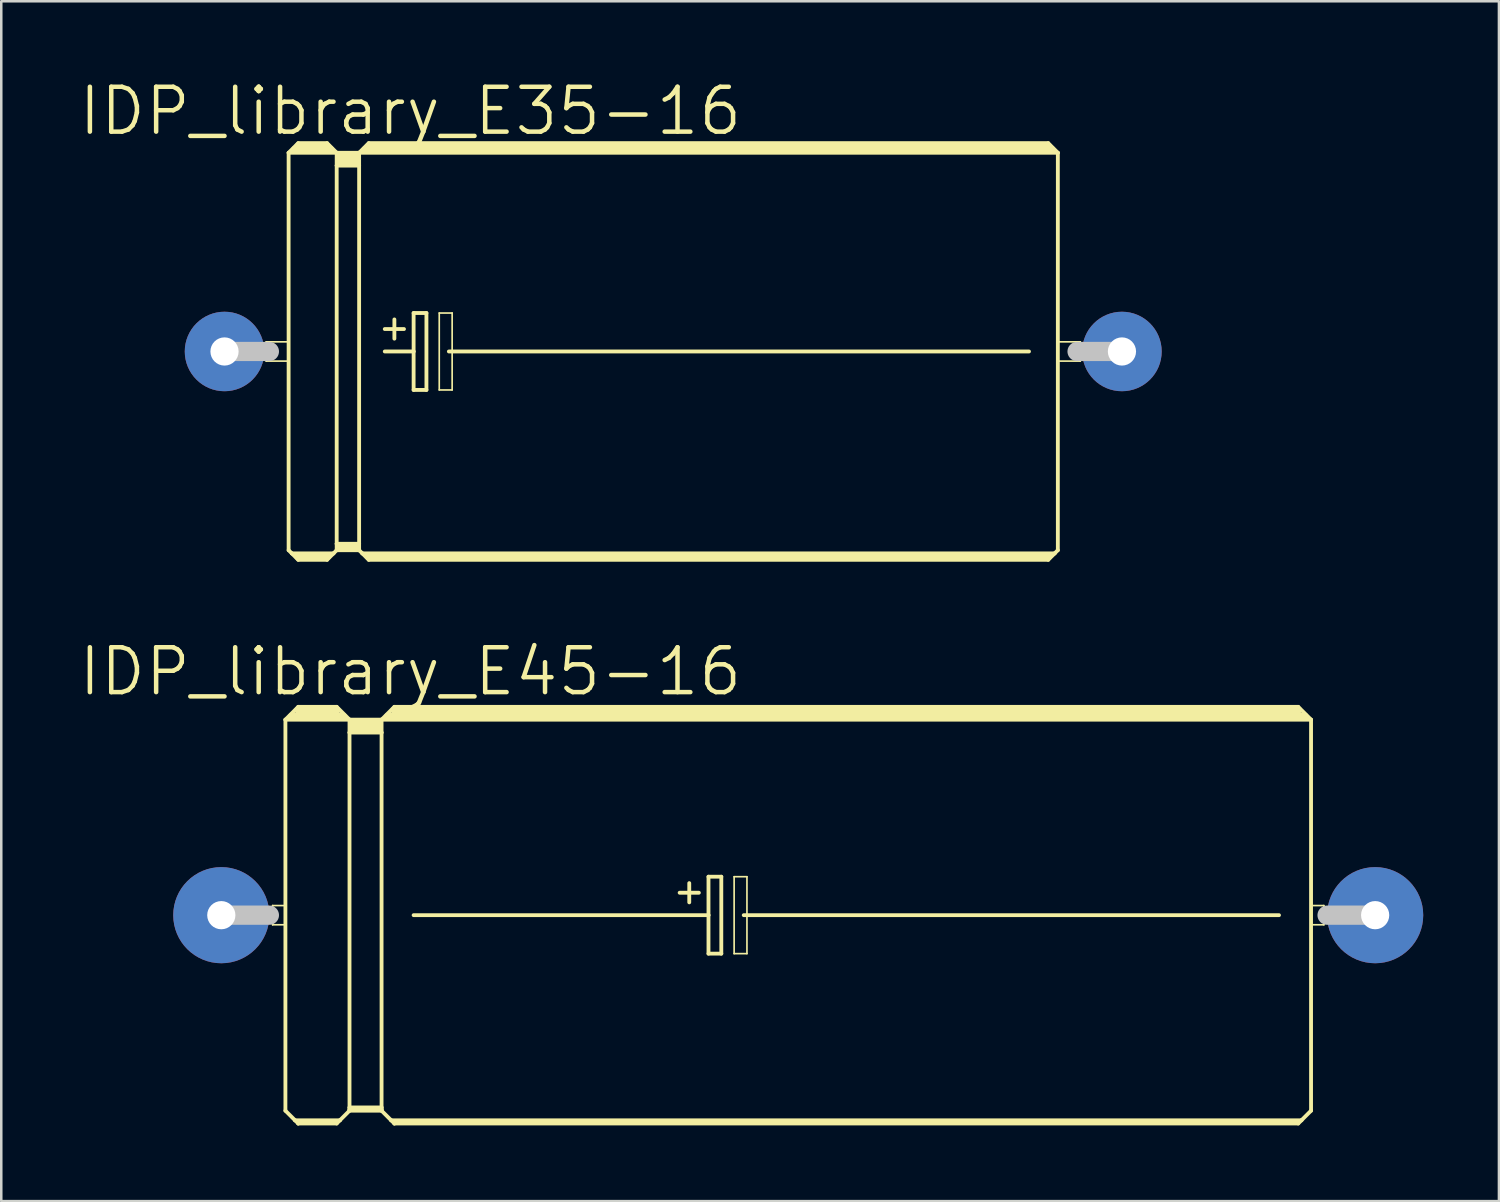
<source format=kicad_pcb>
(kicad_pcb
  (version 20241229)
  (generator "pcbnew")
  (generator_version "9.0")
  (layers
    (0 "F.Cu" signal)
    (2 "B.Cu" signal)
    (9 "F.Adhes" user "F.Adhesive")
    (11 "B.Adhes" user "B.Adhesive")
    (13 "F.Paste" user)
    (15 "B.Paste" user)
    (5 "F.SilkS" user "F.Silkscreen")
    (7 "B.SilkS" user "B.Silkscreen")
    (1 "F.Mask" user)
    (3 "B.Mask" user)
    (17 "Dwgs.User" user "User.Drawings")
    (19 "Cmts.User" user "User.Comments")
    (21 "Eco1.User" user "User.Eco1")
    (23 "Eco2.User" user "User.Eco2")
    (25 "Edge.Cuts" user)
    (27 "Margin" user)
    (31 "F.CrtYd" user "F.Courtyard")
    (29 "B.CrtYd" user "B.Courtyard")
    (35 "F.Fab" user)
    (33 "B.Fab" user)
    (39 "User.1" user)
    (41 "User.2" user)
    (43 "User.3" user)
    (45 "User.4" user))
  (footprint "IDP_library_E35-16"
    (layer "F.Cu")
    (at 23.626 10.877)
    (property "Reference" "IDP_library_E35-16" (at -10.414 -9.525 0) (layer "F.SilkS") (effects (font (size 1.778 1.778) (thickness 0.178))))
    (attr exclude_from_pos_files exclude_from_bom)
    (fp_line (start -16.129 -0.381) (end -15.24 -0.381) (stroke (width 0.066) (type solid)) (layer "F.SilkS"))
    (fp_line (start -16.129 0.381) (end -16.129 -0.381) (stroke (width 0.066) (type solid)) (layer "F.SilkS"))
    (fp_line (start -16.129 0.381) (end -15.24 0.381) (stroke (width 0.066) (type solid)) (layer "F.SilkS"))
    (fp_line (start -15.24 -7.874) (end -15.24 7.874) (stroke (width 0.152) (type solid)) (layer "F.SilkS"))
    (fp_line (start -15.24 -7.874) (end -14.859 -8.255) (stroke (width 0.152) (type solid)) (layer "F.SilkS"))
    (fp_line (start -15.24 -7.874) (end -13.335 -7.874) (stroke (width 0.152) (type solid)) (layer "F.SilkS"))
    (fp_line (start -15.24 0.381) (end -15.24 -0.381) (stroke (width 0.066) (type solid)) (layer "F.SilkS"))
    (fp_line (start -15.24 7.874) (end -15.113 8.001) (stroke (width 0.152) (type solid)) (layer "F.SilkS"))
    (fp_line (start -15.113 8.001) (end -14.859 8.255) (stroke (width 0.152) (type solid)) (layer "F.SilkS"))
    (fp_line (start -15.113 8.001) (end -13.462 8.001) (stroke (width 0.152) (type solid)) (layer "F.SilkS"))
    (fp_line (start -14.986 -8.001) (end -13.589 -8.001) (stroke (width 0.305) (type solid)) (layer "F.SilkS"))
    (fp_line (start -14.859 -8.255) (end -13.716 -8.255) (stroke (width 0.152) (type solid)) (layer "F.SilkS"))
    (fp_line (start -14.859 -8.128) (end -13.716 -8.128) (stroke (width 0.305) (type solid)) (layer "F.SilkS"))
    (fp_line (start -14.859 8.128) (end -13.716 8.128) (stroke (width 0.305) (type solid)) (layer "F.SilkS"))
    (fp_line (start -14.859 8.255) (end -13.716 8.255) (stroke (width 0.152) (type solid)) (layer "F.SilkS"))
    (fp_line (start -13.462 8.001) (end -13.716 8.255) (stroke (width 0.152) (type solid)) (layer "F.SilkS"))
    (fp_line (start -13.335 -7.874) (end -13.716 -8.255) (stroke (width 0.152) (type solid)) (layer "F.SilkS"))
    (fp_line (start -13.335 -7.874) (end -13.335 -7.366) (stroke (width 0.152) (type solid)) (layer "F.SilkS"))
    (fp_line (start -13.335 -7.874) (end -12.446 -7.874) (stroke (width 0.152) (type solid)) (layer "F.SilkS"))
    (fp_line (start -13.335 -7.366) (end -13.335 7.62) (stroke (width 0.152) (type solid)) (layer "F.SilkS"))
    (fp_line (start -13.335 -7.366) (end -12.446 -7.366) (stroke (width 0.152) (type solid)) (layer "F.SilkS"))
    (fp_line (start -13.335 7.62) (end -13.335 7.874) (stroke (width 0.152) (type solid)) (layer "F.SilkS"))
    (fp_line (start -13.335 7.62) (end -12.446 7.62) (stroke (width 0.152) (type solid)) (layer "F.SilkS"))
    (fp_line (start -13.335 7.874) (end -13.462 8.001) (stroke (width 0.152) (type solid)) (layer "F.SilkS"))
    (fp_line (start -13.335 7.874) (end -12.446 7.874) (stroke (width 0.152) (type solid)) (layer "F.SilkS"))
    (fp_line (start -13.208 -7.747) (end -12.573 -7.747) (stroke (width 0.305) (type solid)) (layer "F.SilkS"))
    (fp_line (start -13.208 -7.493) (end -12.573 -7.493) (stroke (width 0.305) (type solid)) (layer "F.SilkS"))
    (fp_line (start -13.208 7.747) (end -12.573 7.747) (stroke (width 0.305) (type solid)) (layer "F.SilkS"))
    (fp_line (start -12.446 -7.874) (end -12.446 -7.366) (stroke (width 0.152) (type solid)) (layer "F.SilkS"))
    (fp_line (start -12.446 -7.874) (end -12.065 -8.255) (stroke (width 0.152) (type solid)) (layer "F.SilkS"))
    (fp_line (start -12.446 -7.874) (end 15.24 -7.874) (stroke (width 0.152) (type solid)) (layer "F.SilkS"))
    (fp_line (start -12.446 -7.366) (end -12.446 7.62) (stroke (width 0.152) (type solid)) (layer "F.SilkS"))
    (fp_line (start -12.446 7.62) (end -12.446 7.874) (stroke (width 0.152) (type solid)) (layer "F.SilkS"))
    (fp_line (start -12.319 8.001) (end -12.446 7.874) (stroke (width 0.152) (type solid)) (layer "F.SilkS"))
    (fp_line (start -12.319 8.001) (end 15.113 8.001) (stroke (width 0.152) (type solid)) (layer "F.SilkS"))
    (fp_line (start -12.192 -8.001) (end 14.986 -8.001) (stroke (width 0.305) (type solid)) (layer "F.SilkS"))
    (fp_line (start -12.065 -8.128) (end 14.859 -8.128) (stroke (width 0.305) (type solid)) (layer "F.SilkS"))
    (fp_line (start -12.065 8.128) (end 14.859 8.128) (stroke (width 0.305) (type solid)) (layer "F.SilkS"))
    (fp_line (start -12.065 8.255) (end -12.319 8.001) (stroke (width 0.152) (type solid)) (layer "F.SilkS"))
    (fp_line (start -11.43 -0.889) (end -10.668 -0.889) (stroke (width 0.152) (type solid)) (layer "F.SilkS"))
    (fp_line (start -11.43 0) (end -10.287 0) (stroke (width 0.152) (type solid)) (layer "F.SilkS"))
    (fp_line (start -11.049 -1.27) (end -11.049 -0.508) (stroke (width 0.152) (type solid)) (layer "F.SilkS"))
    (fp_line (start -10.287 -1.524) (end -10.287 0) (stroke (width 0.152) (type solid)) (layer "F.SilkS"))
    (fp_line (start -10.287 0) (end -10.287 1.524) (stroke (width 0.152) (type solid)) (layer "F.SilkS"))
    (fp_line (start -10.287 1.524) (end -9.779 1.524) (stroke (width 0.152) (type solid)) (layer "F.SilkS"))
    (fp_line (start -9.779 -1.524) (end -10.287 -1.524) (stroke (width 0.152) (type solid)) (layer "F.SilkS"))
    (fp_line (start -9.779 1.524) (end -9.779 -1.524) (stroke (width 0.152) (type solid)) (layer "F.SilkS"))
    (fp_line (start -9.271 -1.524) (end -8.76 -1.524) (stroke (width 0.066) (type solid)) (layer "F.SilkS"))
    (fp_line (start -9.271 1.524) (end -9.271 -1.524) (stroke (width 0.066) (type solid)) (layer "F.SilkS"))
    (fp_line (start -9.271 1.524) (end -8.76 1.524) (stroke (width 0.066) (type solid)) (layer "F.SilkS"))
    (fp_line (start -8.89 0) (end 14.097 0) (stroke (width 0.152) (type solid)) (layer "F.SilkS"))
    (fp_line (start -8.76 1.524) (end -8.76 -1.524) (stroke (width 0.066) (type solid)) (layer "F.SilkS"))
    (fp_line (start 14.859 -8.255) (end -12.065 -8.255) (stroke (width 0.152) (type solid)) (layer "F.SilkS"))
    (fp_line (start 14.859 8.255) (end -12.065 8.255) (stroke (width 0.152) (type solid)) (layer "F.SilkS"))
    (fp_line (start 15.113 8.001) (end 14.859 8.255) (stroke (width 0.152) (type solid)) (layer "F.SilkS"))
    (fp_line (start 15.24 -7.874) (end 14.859 -8.255) (stroke (width 0.152) (type solid)) (layer "F.SilkS"))
    (fp_line (start 15.24 -7.874) (end 15.24 7.874) (stroke (width 0.152) (type solid)) (layer "F.SilkS"))
    (fp_line (start 15.24 -0.381) (end 16.129 -0.381) (stroke (width 0.066) (type solid)) (layer "F.SilkS"))
    (fp_line (start 15.24 0.381) (end 15.24 -0.381) (stroke (width 0.066) (type solid)) (layer "F.SilkS"))
    (fp_line (start 15.24 0.381) (end 16.129 0.381) (stroke (width 0.066) (type solid)) (layer "F.SilkS"))
    (fp_line (start 15.24 7.874) (end 15.113 8.001) (stroke (width 0.152) (type solid)) (layer "F.SilkS"))
    (fp_line (start 16.129 0.381) (end 16.129 -0.381) (stroke (width 0.066) (type solid)) (layer "F.SilkS"))
    (fp_line (start -17.78 0) (end -16.002 0) (stroke (width 0.762) (type solid)) (layer "Dwgs.User"))
    (fp_line (start 17.78 0) (end 16.002 0) (stroke (width 0.762) (type solid)) (layer "Dwgs.User"))
    (pad "+" thru_hole circle (at -17.78 0) (size 3.15 3.15) (drill 1.118) (layers "*.Cu" "*.Paste" "*.Mask"))
    (pad "-" thru_hole circle (at 17.78 0) (size 3.15 3.15) (drill 1.118) (layers "*.Cu" "*.Paste" "*.Mask")))
  (footprint "IDP_library_E45-16"
    (layer "F.Cu")
    (at 28.579 33.213)
    (property "Reference" "IDP_library_E45-16" (at -15.367 -9.652 0) (layer "F.SilkS") (effects (font (size 1.778 1.778) (thickness 0.178))))
    (attr exclude_from_pos_files exclude_from_bom)
    (fp_line (start -20.828 -0.381) (end -20.32 -0.381) (stroke (width 0.066) (type solid)) (layer "F.SilkS"))
    (fp_line (start -20.828 0.381) (end -20.828 -0.381) (stroke (width 0.066) (type solid)) (layer "F.SilkS"))
    (fp_line (start -20.828 0.381) (end -20.32 0.381) (stroke (width 0.066) (type solid)) (layer "F.SilkS"))
    (fp_line (start -20.32 -7.747) (end -20.32 7.747) (stroke (width 0.152) (type solid)) (layer "F.SilkS"))
    (fp_line (start -20.32 -7.747) (end -19.812 -8.255) (stroke (width 0.152) (type solid)) (layer "F.SilkS"))
    (fp_line (start -20.32 -7.747) (end -17.78 -7.747) (stroke (width 0.152) (type solid)) (layer "F.SilkS"))
    (fp_line (start -20.32 0.381) (end -20.32 -0.381) (stroke (width 0.066) (type solid)) (layer "F.SilkS"))
    (fp_line (start -20.32 7.747) (end -19.939 8.128) (stroke (width 0.152) (type solid)) (layer "F.SilkS"))
    (fp_line (start -20.066 -7.874) (end -18.034 -7.874) (stroke (width 0.305) (type solid)) (layer "F.SilkS"))
    (fp_line (start -19.939 8.128) (end -19.812 8.255) (stroke (width 0.152) (type solid)) (layer "F.SilkS"))
    (fp_line (start -19.939 8.128) (end -18.161 8.128) (stroke (width 0.152) (type solid)) (layer "F.SilkS"))
    (fp_line (start -19.812 -8.255) (end -18.288 -8.255) (stroke (width 0.152) (type solid)) (layer "F.SilkS"))
    (fp_line (start -19.812 -8.128) (end -18.288 -8.128) (stroke (width 0.305) (type solid)) (layer "F.SilkS"))
    (fp_line (start -19.812 8.204) (end -18.288 8.204) (stroke (width 0.152) (type solid)) (layer "F.SilkS"))
    (fp_line (start -19.812 8.255) (end -19.812 8.204) (stroke (width 0.152) (type solid)) (layer "F.SilkS"))
    (fp_line (start -19.812 8.255) (end -18.288 8.255) (stroke (width 0.152) (type solid)) (layer "F.SilkS"))
    (fp_line (start -18.288 -8.255) (end -17.78 -7.747) (stroke (width 0.152) (type solid)) (layer "F.SilkS"))
    (fp_line (start -18.288 8.255) (end -18.161 8.128) (stroke (width 0.152) (type solid)) (layer "F.SilkS"))
    (fp_line (start -18.161 8.128) (end -17.78 7.747) (stroke (width 0.152) (type solid)) (layer "F.SilkS"))
    (fp_line (start -17.78 -7.747) (end -16.51 -7.747) (stroke (width 0.152) (type solid)) (layer "F.SilkS"))
    (fp_line (start -17.78 -7.236) (end -17.78 -7.747) (stroke (width 0.152) (type solid)) (layer "F.SilkS"))
    (fp_line (start -17.78 -7.236) (end -16.51 -7.236) (stroke (width 0.152) (type solid)) (layer "F.SilkS"))
    (fp_line (start -17.78 7.62) (end -17.78 -7.236) (stroke (width 0.152) (type solid)) (layer "F.SilkS"))
    (fp_line (start -17.78 7.62) (end -16.51 7.62) (stroke (width 0.152) (type solid)) (layer "F.SilkS"))
    (fp_line (start -17.78 7.696) (end -17.78 7.62) (stroke (width 0.152) (type solid)) (layer "F.SilkS"))
    (fp_line (start -17.78 7.696) (end -16.51 7.696) (stroke (width 0.152) (type solid)) (layer "F.SilkS"))
    (fp_line (start -17.78 7.747) (end -17.78 7.696) (stroke (width 0.152) (type solid)) (layer "F.SilkS"))
    (fp_line (start -17.78 7.747) (end -16.51 7.747) (stroke (width 0.152) (type solid)) (layer "F.SilkS"))
    (fp_line (start -17.65 -7.62) (end -16.637 -7.62) (stroke (width 0.305) (type solid)) (layer "F.SilkS"))
    (fp_line (start -17.65 -7.366) (end -16.637 -7.366) (stroke (width 0.305) (type solid)) (layer "F.SilkS"))
    (fp_line (start -16.51 -7.747) (end -16.002 -8.255) (stroke (width 0.152) (type solid)) (layer "F.SilkS"))
    (fp_line (start -16.51 -7.747) (end 20.32 -7.747) (stroke (width 0.152) (type solid)) (layer "F.SilkS"))
    (fp_line (start -16.51 -7.236) (end -16.51 -7.747) (stroke (width 0.152) (type solid)) (layer "F.SilkS"))
    (fp_line (start -16.51 7.62) (end -16.51 -7.236) (stroke (width 0.152) (type solid)) (layer "F.SilkS"))
    (fp_line (start -16.51 7.696) (end -16.51 7.62) (stroke (width 0.152) (type solid)) (layer "F.SilkS"))
    (fp_line (start -16.51 7.747) (end -16.51 7.696) (stroke (width 0.152) (type solid)) (layer "F.SilkS"))
    (fp_line (start -16.51 7.747) (end -16.129 8.128) (stroke (width 0.152) (type solid)) (layer "F.SilkS"))
    (fp_line (start -16.256 -7.874) (end 20.066 -7.874) (stroke (width 0.305) (type solid)) (layer "F.SilkS"))
    (fp_line (start -16.129 8.128) (end -16.002 8.255) (stroke (width 0.152) (type solid)) (layer "F.SilkS"))
    (fp_line (start -16.129 8.128) (end 19.939 8.128) (stroke (width 0.152) (type solid)) (layer "F.SilkS"))
    (fp_line (start -16.002 -8.255) (end 19.812 -8.255) (stroke (width 0.152) (type solid)) (layer "F.SilkS"))
    (fp_line (start -16.002 -8.128) (end 19.812 -8.128) (stroke (width 0.305) (type solid)) (layer "F.SilkS"))
    (fp_line (start -16.002 8.204) (end 19.812 8.204) (stroke (width 0.152) (type solid)) (layer "F.SilkS"))
    (fp_line (start -16.002 8.255) (end -16.002 8.204) (stroke (width 0.152) (type solid)) (layer "F.SilkS"))
    (fp_line (start -16.002 8.255) (end 19.812 8.255) (stroke (width 0.152) (type solid)) (layer "F.SilkS"))
    (fp_line (start -15.24 0) (end -3.556 0) (stroke (width 0.152) (type solid)) (layer "F.SilkS"))
    (fp_line (start -4.699 -0.889) (end -3.937 -0.889) (stroke (width 0.152) (type solid)) (layer "F.SilkS"))
    (fp_line (start -4.318 -1.27) (end -4.318 -0.508) (stroke (width 0.152) (type solid)) (layer "F.SilkS"))
    (fp_line (start -3.556 -1.524) (end -3.556 0) (stroke (width 0.152) (type solid)) (layer "F.SilkS"))
    (fp_line (start -3.556 0) (end -3.556 1.524) (stroke (width 0.152) (type solid)) (layer "F.SilkS"))
    (fp_line (start -3.556 1.524) (end -3.048 1.524) (stroke (width 0.152) (type solid)) (layer "F.SilkS"))
    (fp_line (start -3.048 -1.524) (end -3.556 -1.524) (stroke (width 0.152) (type solid)) (layer "F.SilkS"))
    (fp_line (start -3.048 1.524) (end -3.048 -1.524) (stroke (width 0.152) (type solid)) (layer "F.SilkS"))
    (fp_line (start -2.54 -1.524) (end -2.032 -1.524) (stroke (width 0.066) (type solid)) (layer "F.SilkS"))
    (fp_line (start -2.54 1.524) (end -2.54 -1.524) (stroke (width 0.066) (type solid)) (layer "F.SilkS"))
    (fp_line (start -2.54 1.524) (end -2.032 1.524) (stroke (width 0.066) (type solid)) (layer "F.SilkS"))
    (fp_line (start -2.159 0) (end 19.05 0) (stroke (width 0.152) (type solid)) (layer "F.SilkS"))
    (fp_line (start -2.032 1.524) (end -2.032 -1.524) (stroke (width 0.066) (type solid)) (layer "F.SilkS"))
    (fp_line (start 19.812 -8.255) (end 20.32 -7.747) (stroke (width 0.152) (type solid)) (layer "F.SilkS"))
    (fp_line (start 19.812 8.255) (end 19.939 8.128) (stroke (width 0.152) (type solid)) (layer "F.SilkS"))
    (fp_line (start 19.939 8.128) (end 20.32 7.747) (stroke (width 0.152) (type solid)) (layer "F.SilkS"))
    (fp_line (start 20.32 -7.747) (end 20.32 7.747) (stroke (width 0.152) (type solid)) (layer "F.SilkS"))
    (fp_line (start 20.32 -0.381) (end 20.828 -0.381) (stroke (width 0.066) (type solid)) (layer "F.SilkS"))
    (fp_line (start 20.32 0.381) (end 20.32 -0.381) (stroke (width 0.066) (type solid)) (layer "F.SilkS"))
    (fp_line (start 20.32 0.381) (end 20.828 0.381) (stroke (width 0.066) (type solid)) (layer "F.SilkS"))
    (fp_line (start 20.828 0.381) (end 20.828 -0.381) (stroke (width 0.066) (type solid)) (layer "F.SilkS"))
    (fp_line (start -22.86 0) (end -20.955 0) (stroke (width 0.762) (type solid)) (layer "Dwgs.User"))
    (fp_line (start 22.86 0) (end 20.955 0) (stroke (width 0.762) (type solid)) (layer "Dwgs.User"))
    (pad "+" thru_hole circle (at -22.86 0) (size 3.81 3.81) (drill 1.118) (layers "*.Cu" "*.Paste" "*.Mask"))
    (pad "-" thru_hole circle (at 22.86 0) (size 3.81 3.81) (drill 1.118) (layers "*.Cu" "*.Paste" "*.Mask")))
  (gr_rect
    (start -3 -3)
    (end 56.344 44.544)
    (stroke (width 0.1) (type default))
    (fill no)
    (layer "Edge.Cuts")))
</source>
